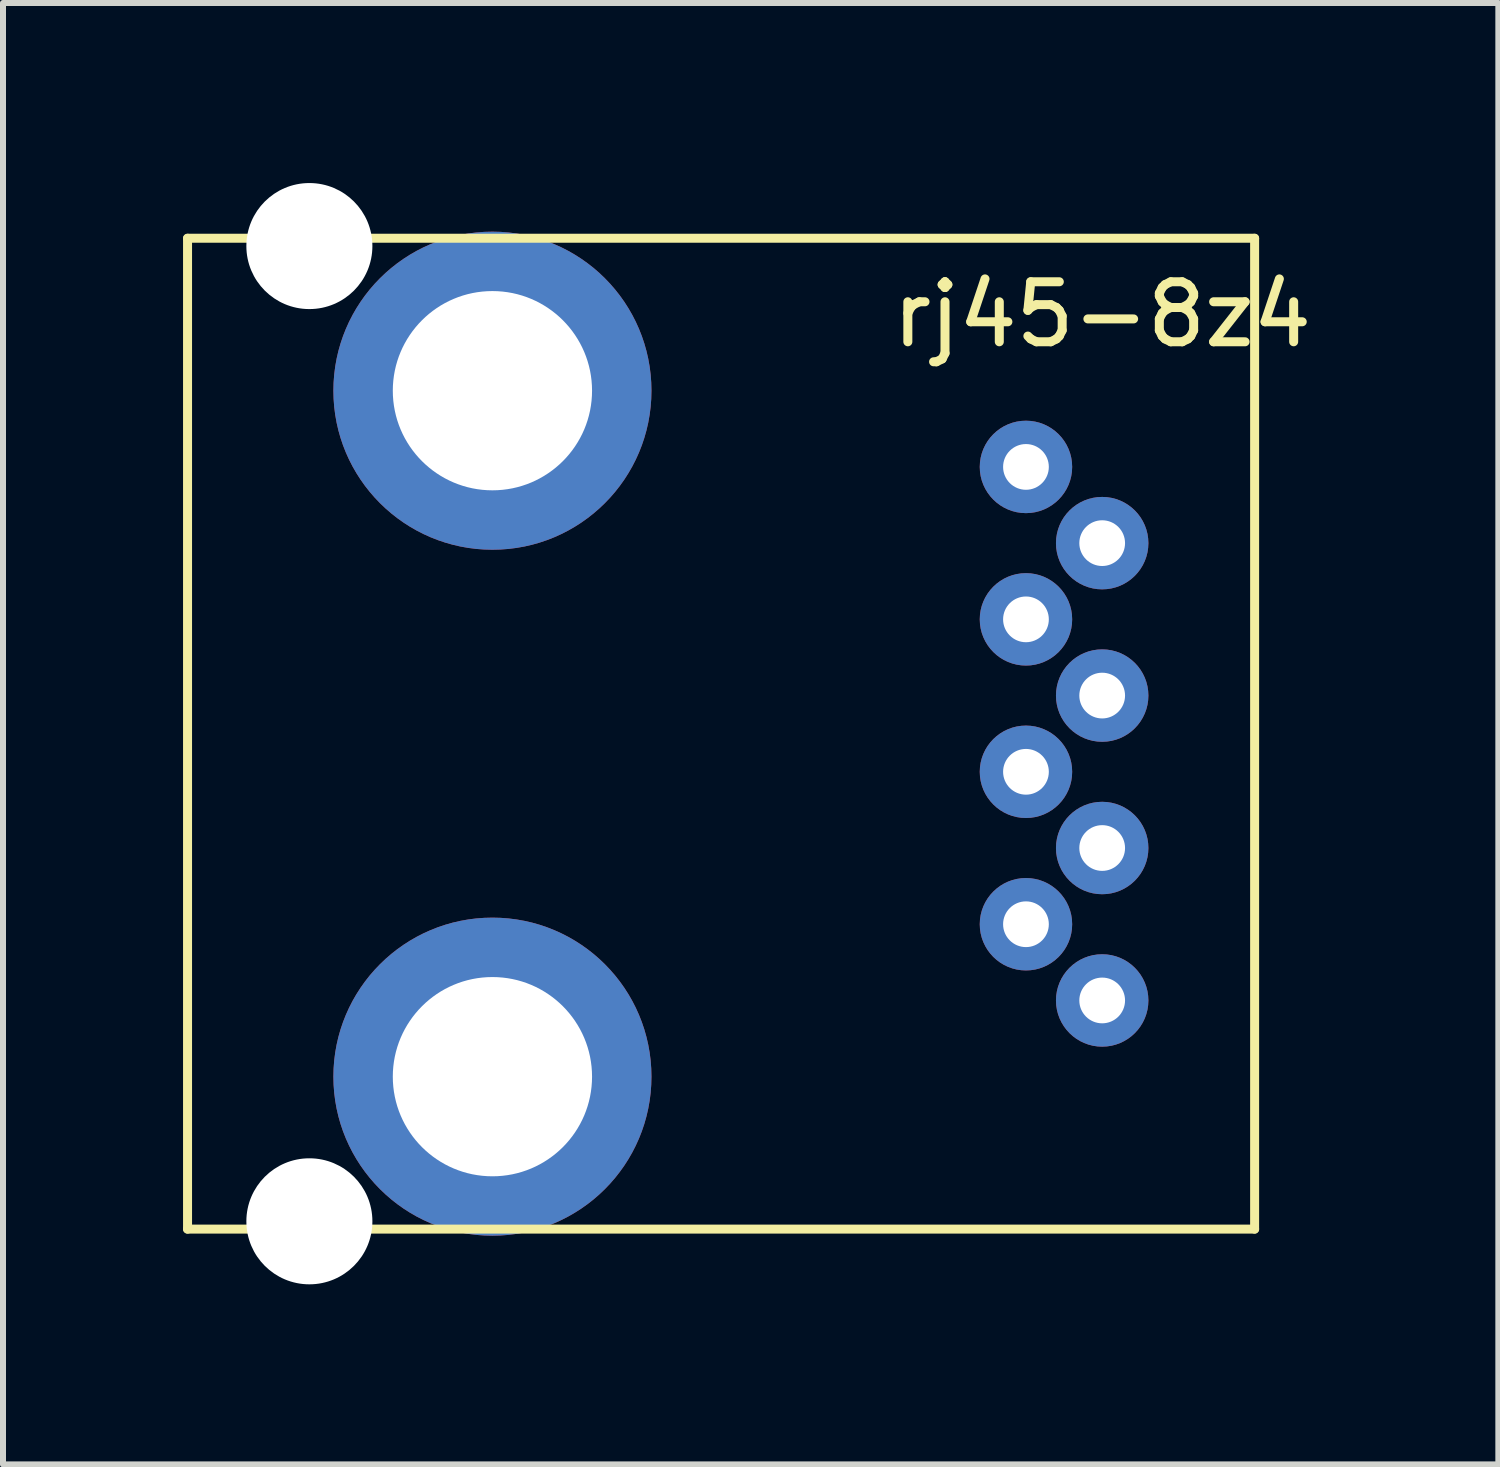
<source format=kicad_pcb>
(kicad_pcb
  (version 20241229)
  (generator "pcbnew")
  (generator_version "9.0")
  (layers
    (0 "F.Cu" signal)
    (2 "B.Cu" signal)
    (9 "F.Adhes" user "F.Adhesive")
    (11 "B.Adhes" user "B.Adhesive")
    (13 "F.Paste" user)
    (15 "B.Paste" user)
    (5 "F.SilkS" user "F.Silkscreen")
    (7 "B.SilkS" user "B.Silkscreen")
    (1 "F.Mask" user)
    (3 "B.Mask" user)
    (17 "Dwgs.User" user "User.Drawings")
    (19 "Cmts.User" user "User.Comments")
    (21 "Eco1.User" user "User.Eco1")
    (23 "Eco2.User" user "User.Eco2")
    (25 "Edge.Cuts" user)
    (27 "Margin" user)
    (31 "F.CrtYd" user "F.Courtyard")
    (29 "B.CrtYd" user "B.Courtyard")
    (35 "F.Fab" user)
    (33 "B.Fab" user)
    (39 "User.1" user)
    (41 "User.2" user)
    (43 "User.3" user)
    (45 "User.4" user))
  (footprint "rj45-8z4"
    (layer "F.Cu")
    (at 5.155 3.46)
    (property "Reference" "rj45-8z4" (at 10.16 -1.27 0) (layer "F.SilkS") (effects (font (size 1 1) (thickness 0.15))))
    (attr through_hole)
    (fp_line (start -5.08 -2.54) (end 12.7 -2.54) (stroke (width 0.15) (type solid)) (layer "F.SilkS"))
    (fp_line (start -5.08 13.97) (end -5.08 -2.54) (stroke (width 0.15) (type solid)) (layer "F.SilkS"))
    (fp_line (start 12.7 -2.54) (end 12.7 13.97) (stroke (width 0.15) (type solid)) (layer "F.SilkS"))
    (fp_line (start 12.7 13.97) (end -5.08 13.97) (stroke (width 0.15) (type solid)) (layer "F.SilkS"))
    (pad "" np_thru_hole circle (at -3.05 -2.41) (size 2.1 2.1) (drill 2.1) (layers "*.Cu" "*.Mask"))
    (pad "" np_thru_hole circle (at -3.05 13.84) (size 2.1 2.1) (drill 2.1) (layers "*.Cu" "*.Mask"))
    (pad "1" thru_hole circle (at 8.89 1.27) (size 1.54 1.54) (drill 0.762) (layers "*.Cu" "*.Mask"))
    (pad "2" thru_hole circle (at 10.16 2.54) (size 1.54 1.54) (drill 0.762) (layers "*.Cu" "*.Mask"))
    (pad "3" thru_hole circle (at 8.89 3.81) (size 1.54 1.54) (drill 0.762) (layers "*.Cu" "*.Mask"))
    (pad "4" thru_hole circle (at 10.16 5.08) (size 1.54 1.54) (drill 0.762) (layers "*.Cu" "*.Mask"))
    (pad "5" thru_hole circle (at 8.89 6.35) (size 1.54 1.54) (drill 0.762) (layers "*.Cu" "*.Mask"))
    (pad "6" thru_hole circle (at 10.16 7.62) (size 1.54 1.54) (drill 0.762) (layers "*.Cu" "*.Mask"))
    (pad "7" thru_hole circle (at 8.89 8.89) (size 1.54 1.54) (drill 0.762) (layers "*.Cu" "*.Mask"))
    (pad "8" thru_hole circle (at 10.16 10.16) (size 1.54 1.54) (drill 0.762) (layers "*.Cu" "*.Mask"))
    (pad "9" thru_hole circle (at 0 0) (size 5.3 5.3) (drill 3.32) (layers "*.Cu" "*.Mask"))
    (pad "9" thru_hole circle (at 0 11.43) (size 5.3 5.3) (drill 3.32) (layers "*.Cu" "*.Mask")))
  (gr_rect
    (start -3 -3)
    (end 21.916 21.35)
    (stroke (width 0.1) (type default))
    (fill no)
    (layer "Edge.Cuts")))
</source>
